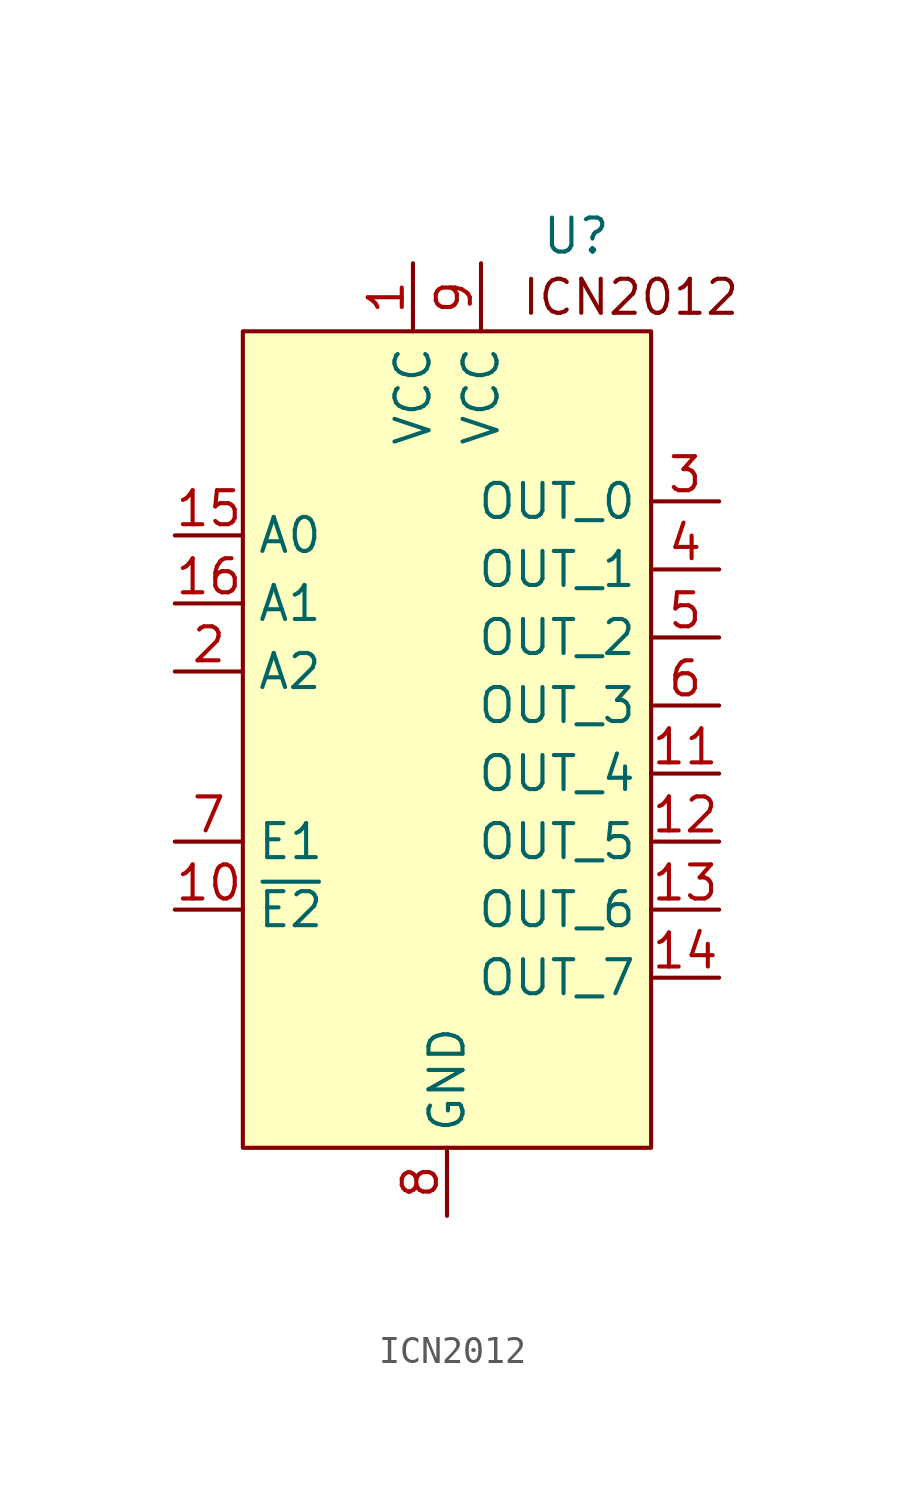
<source format=kicad_sym>
(kicad_symbol_lib
  (version 20241209)
  (generator "kicad_symbol_editor")
  (generator_version "9.0")
  (symbol "ICN2012"
    (property "Reference" "U"
      (at 4.826 18.796 0)
      (effects (font (size 1.27 1.27))))
    (property "Value" ""
      (at 0 0 0)
      (effects (font (size 1.27 1.27))))
    (symbol "ICN2012_0_1"
      (rectangle (start -7.62 15.24) (end 7.62 -15.24) (stroke (width 0) (type default)) (fill (type background))))
    (symbol "ICN2012_1_1"
      (text "ICN2012" (at 6.858 16.51 0) (effects (font (size 1.27 1.27))))
      (pin input line (at -10.16 7.62 0) (length 2.54) (name "A0" (effects (font (size 1.27 1.27)))) (number "15" (effects (font (size 1.27 1.27)))))
      (pin input line (at -10.16 5.08 0) (length 2.54) (name "A1" (effects (font (size 1.27 1.27)))) (number "16" (effects (font (size 1.27 1.27)))))
      (pin input line (at -10.16 2.54 0) (length 2.54) (name "A2" (effects (font (size 1.27 1.27)))) (number "2" (effects (font (size 1.27 1.27)))))
      (pin input line (at -10.16 -3.81 0) (length 2.54) (name "E1" (effects (font (size 1.27 1.27)))) (number "7" (effects (font (size 1.27 1.27)))))
      (pin input line (at -10.16 -6.35 0) (length 2.54) (name "~{E2}" (effects (font (size 1.27 1.27)))) (number "10" (effects (font (size 1.27 1.27)))))
      (pin power_in line (at -1.27 17.78 270) (length 2.54) (name "VCC" (effects (font (size 1.27 1.27)))) (number "1" (effects (font (size 1.27 1.27)))))
      (pin power_in line (at 0 -17.78 90) (length 2.54) (name "GND" (effects (font (size 1.27 1.27)))) (number "8" (effects (font (size 1.27 1.27)))))
      (pin power_in line (at 1.27 17.78 270) (length 2.54) (name "VCC" (effects (font (size 1.27 1.27)))) (number "9" (effects (font (size 1.27 1.27)))))
      (pin output line (at 10.16 8.89 180) (length 2.54) (name "OUT_0" (effects (font (size 1.27 1.27)))) (number "3" (effects (font (size 1.27 1.27)))))
      (pin output line (at 10.16 6.35 180) (length 2.54) (name "OUT_1" (effects (font (size 1.27 1.27)))) (number "4" (effects (font (size 1.27 1.27)))))
      (pin output line (at 10.16 3.81 180) (length 2.54) (name "OUT_2" (effects (font (size 1.27 1.27)))) (number "5" (effects (font (size 1.27 1.27)))))
      (pin output line (at 10.16 1.27 180) (length 2.54) (name "OUT_3" (effects (font (size 1.27 1.27)))) (number "6" (effects (font (size 1.27 1.27)))))
      (pin output line (at 10.16 -1.27 180) (length 2.54) (name "OUT_4" (effects (font (size 1.27 1.27)))) (number "11" (effects (font (size 1.27 1.27)))))
      (pin output line (at 10.16 -3.81 180) (length 2.54) (name "OUT_5" (effects (font (size 1.27 1.27)))) (number "12" (effects (font (size 1.27 1.27)))))
      (pin output line (at 10.16 -6.35 180) (length 2.54) (name "OUT_6" (effects (font (size 1.27 1.27)))) (number "13" (effects (font (size 1.27 1.27)))))
      (pin output line (at 10.16 -8.89 180) (length 2.54) (name "OUT_7" (effects (font (size 1.27 1.27)))) (number "14" (effects (font (size 1.27 1.27))))))))
</source>
